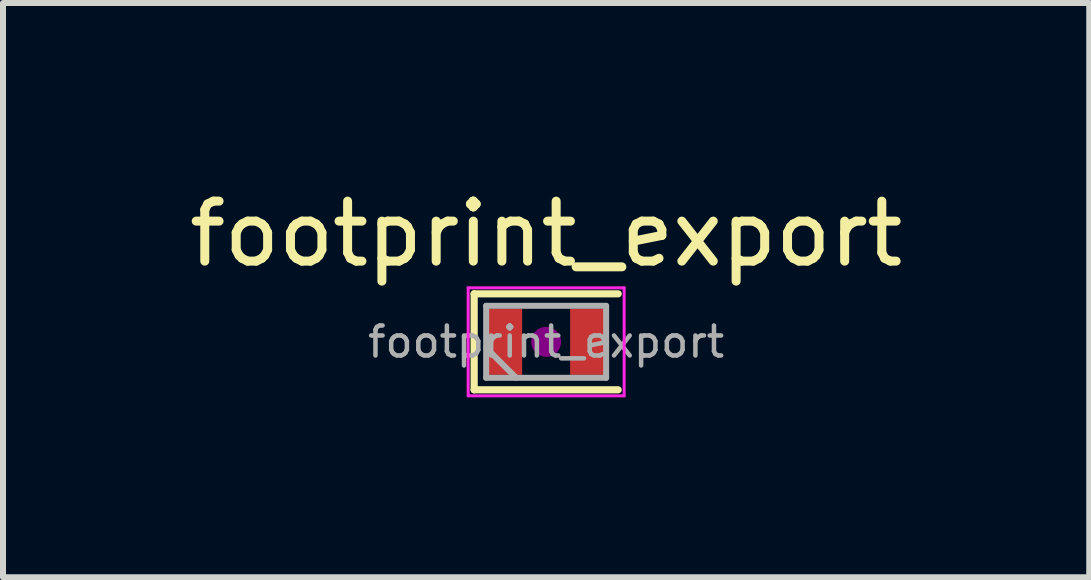
<source format=kicad_pcb>
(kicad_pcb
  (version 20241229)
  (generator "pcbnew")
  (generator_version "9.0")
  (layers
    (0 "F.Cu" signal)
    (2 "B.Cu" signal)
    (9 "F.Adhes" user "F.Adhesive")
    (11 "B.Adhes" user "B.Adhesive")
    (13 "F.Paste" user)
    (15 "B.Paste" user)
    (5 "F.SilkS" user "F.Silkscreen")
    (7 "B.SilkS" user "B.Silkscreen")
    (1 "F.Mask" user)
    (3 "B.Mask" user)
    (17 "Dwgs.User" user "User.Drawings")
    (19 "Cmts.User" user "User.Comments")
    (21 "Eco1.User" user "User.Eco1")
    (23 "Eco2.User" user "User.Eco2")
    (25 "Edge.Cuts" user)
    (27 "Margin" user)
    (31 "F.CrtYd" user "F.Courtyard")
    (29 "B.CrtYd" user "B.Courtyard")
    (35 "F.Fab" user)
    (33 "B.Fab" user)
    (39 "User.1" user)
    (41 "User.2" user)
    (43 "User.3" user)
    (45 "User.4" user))
  (footprint "footprint_export"
    (layer "F.Cu")
    (at 6.054 2.648)
    (property "Reference" "footprint_export" (at 0 -1.8 0) (layer "F.SilkS") (effects (font (size 1 1) (thickness 0.15))))
    (attr smd)
    (fp_line (start -1.2 -0.8) (end -1.2 0.8) (stroke (width 0.12) (type solid)) (layer "F.SilkS"))
    (fp_line (start -1.2 0.8) (end 1.2 0.8) (stroke (width 0.12) (type solid)) (layer "F.SilkS"))
    (fp_line (start 1.2 -0.8) (end -1.2 -0.8) (stroke (width 0.12) (type solid)) (layer "F.SilkS"))
    (fp_circle (center 0 0) (end 0.047 0) (stroke (width 0.093) (type solid)) (fill no) (layer "F.Adhes"))
    (fp_circle (center 0 0) (end 0.107 0) (stroke (width 0.067) (type solid)) (fill no) (layer "F.Adhes"))
    (fp_circle (center 0 0) (end 0.167 0) (stroke (width 0.067) (type solid)) (fill no) (layer "F.Adhes"))
    (fp_circle (center 0 0) (end 0.2 0) (stroke (width 0.1) (type solid)) (fill no) (layer "F.Adhes"))
    (fp_line (start -1.3 -0.9) (end -1.3 0.9) (stroke (width 0.05) (type solid)) (layer "F.CrtYd"))
    (fp_line (start -1.3 0.9) (end 1.3 0.9) (stroke (width 0.05) (type solid)) (layer "F.CrtYd"))
    (fp_line (start 1.3 -0.9) (end -1.3 -0.9) (stroke (width 0.05) (type solid)) (layer "F.CrtYd"))
    (fp_line (start 1.3 0.9) (end 1.3 -0.9) (stroke (width 0.05) (type solid)) (layer "F.CrtYd"))
    (fp_line (start -1 -0.6) (end -1 0.6) (stroke (width 0.1) (type solid)) (layer "F.Fab"))
    (fp_line (start -1 0.1) (end -0.5 0.6) (stroke (width 0.1) (type solid)) (layer "F.Fab"))
    (fp_line (start -1 0.6) (end 1 0.6) (stroke (width 0.1) (type solid)) (layer "F.Fab"))
    (fp_line (start 1 -0.6) (end -1 -0.6) (stroke (width 0.1) (type solid)) (layer "F.Fab"))
    (fp_line (start 1 0.6) (end 1 -0.6) (stroke (width 0.1) (type solid)) (layer "F.Fab"))
    (fp_text user "${REFERENCE}" (at 0 0 0) (layer "F.Fab") (effects (font (size 0.5 0.5) (thickness 0.075))))
    (pad "1" smd rect (at -0.7 0) (size 0.6 1.1) (layers "F.Cu" "F.Mask" "F.Paste"))
    (pad "2" smd rect (at 0.7 0) (size 0.6 1.1) (layers "F.Cu" "F.Mask" "F.Paste")))
  (gr_rect
    (start -3 -3)
    (end 15.107 6.573)
    (stroke (width 0.1) (type default))
    (fill no)
    (layer "Edge.Cuts")))
</source>
